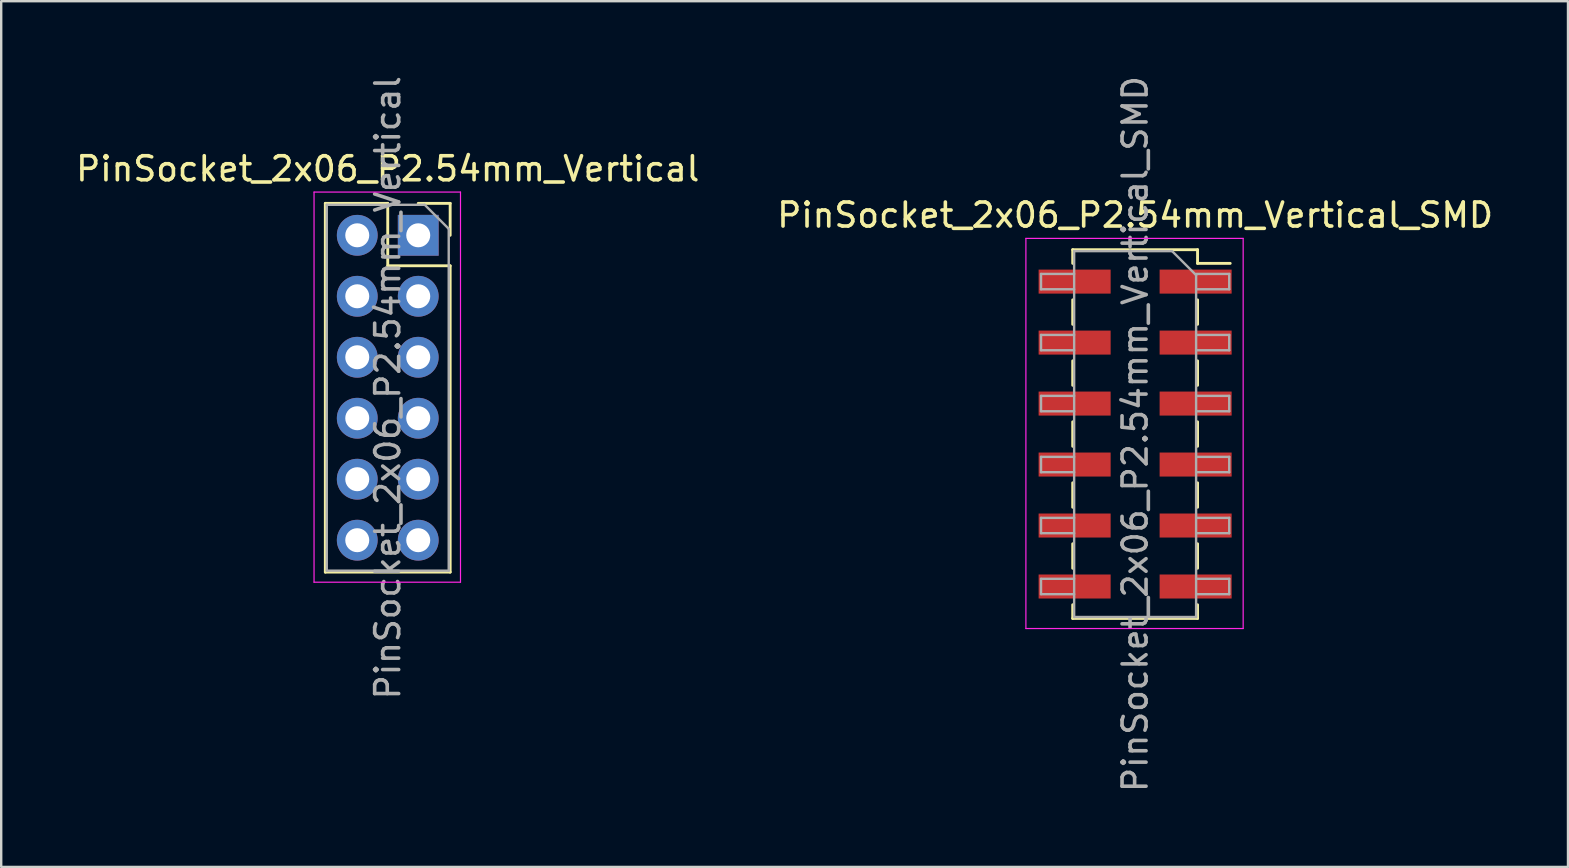
<source format=kicad_pcb>
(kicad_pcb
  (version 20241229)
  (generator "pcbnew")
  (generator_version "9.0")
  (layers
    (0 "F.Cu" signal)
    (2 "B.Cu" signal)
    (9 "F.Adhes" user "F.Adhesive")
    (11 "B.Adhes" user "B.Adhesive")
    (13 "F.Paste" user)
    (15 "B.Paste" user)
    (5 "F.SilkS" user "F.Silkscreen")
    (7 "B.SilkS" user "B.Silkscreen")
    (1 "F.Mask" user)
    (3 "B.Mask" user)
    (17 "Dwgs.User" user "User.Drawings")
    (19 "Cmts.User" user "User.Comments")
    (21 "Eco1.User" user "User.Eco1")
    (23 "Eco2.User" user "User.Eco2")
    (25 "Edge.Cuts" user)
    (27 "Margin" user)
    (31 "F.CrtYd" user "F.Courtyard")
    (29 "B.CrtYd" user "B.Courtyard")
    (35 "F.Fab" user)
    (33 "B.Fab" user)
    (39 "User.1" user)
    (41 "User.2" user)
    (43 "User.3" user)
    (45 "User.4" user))
  (footprint "PinSocket_2x06_P2.54mm_Vertical"
    (layer "F.Cu")
    (at 14.371 6.751)
    (property "Reference" "PinSocket_2x06_P2.54mm_Vertical" (at -1.27 -2.77 0) (layer "F.SilkS") (effects (font (size 1 1) (thickness 0.15))))
    (attr through_hole)
    (fp_line (start -3.87 -1.33) (end -3.87 14.03) (stroke (width 0.12) (type solid)) (layer "F.SilkS"))
    (fp_line (start -3.87 -1.33) (end -1.27 -1.33) (stroke (width 0.12) (type solid)) (layer "F.SilkS"))
    (fp_line (start -3.87 14.03) (end 1.33 14.03) (stroke (width 0.12) (type solid)) (layer "F.SilkS"))
    (fp_line (start -1.27 -1.33) (end -1.27 1.27) (stroke (width 0.12) (type solid)) (layer "F.SilkS"))
    (fp_line (start -1.27 1.27) (end 1.33 1.27) (stroke (width 0.12) (type solid)) (layer "F.SilkS"))
    (fp_line (start 0 -1.33) (end 1.33 -1.33) (stroke (width 0.12) (type solid)) (layer "F.SilkS"))
    (fp_line (start 1.33 -1.33) (end 1.33 0) (stroke (width 0.12) (type solid)) (layer "F.SilkS"))
    (fp_line (start 1.33 1.27) (end 1.33 14.03) (stroke (width 0.12) (type solid)) (layer "F.SilkS"))
    (fp_line (start -4.34 -1.8) (end 1.76 -1.8) (stroke (width 0.05) (type solid)) (layer "F.CrtYd"))
    (fp_line (start -4.34 14.45) (end -4.34 -1.8) (stroke (width 0.05) (type solid)) (layer "F.CrtYd"))
    (fp_line (start 1.76 -1.8) (end 1.76 14.45) (stroke (width 0.05) (type solid)) (layer "F.CrtYd"))
    (fp_line (start 1.76 14.45) (end -4.34 14.45) (stroke (width 0.05) (type solid)) (layer "F.CrtYd"))
    (fp_line (start -3.81 -1.27) (end 0.27 -1.27) (stroke (width 0.1) (type solid)) (layer "F.Fab"))
    (fp_line (start -3.81 13.97) (end -3.81 -1.27) (stroke (width 0.1) (type solid)) (layer "F.Fab"))
    (fp_line (start 0.27 -1.27) (end 1.27 -0.27) (stroke (width 0.1) (type solid)) (layer "F.Fab"))
    (fp_line (start 1.27 -0.27) (end 1.27 13.97) (stroke (width 0.1) (type solid)) (layer "F.Fab"))
    (fp_line (start 1.27 13.97) (end -3.81 13.97) (stroke (width 0.1) (type solid)) (layer "F.Fab"))
    (fp_text user "${REFERENCE}" (at -1.27 6.35 90) (layer "F.Fab") (effects (font (size 1 1) (thickness 0.15))))
    (pad "1" thru_hole rect (at 0 0) (size 1.7 1.7) (drill 1) (layers "*.Cu" "*.Mask"))
    (pad "2" thru_hole oval (at -2.54 0) (size 1.7 1.7) (drill 1) (layers "*.Cu" "*.Mask"))
    (pad "3" thru_hole oval (at 0 2.54) (size 1.7 1.7) (drill 1) (layers "*.Cu" "*.Mask"))
    (pad "4" thru_hole oval (at -2.54 2.54) (size 1.7 1.7) (drill 1) (layers "*.Cu" "*.Mask"))
    (pad "5" thru_hole oval (at 0 5.08) (size 1.7 1.7) (drill 1) (layers "*.Cu" "*.Mask"))
    (pad "6" thru_hole oval (at -2.54 5.08) (size 1.7 1.7) (drill 1) (layers "*.Cu" "*.Mask"))
    (pad "7" thru_hole oval (at 0 7.62) (size 1.7 1.7) (drill 1) (layers "*.Cu" "*.Mask"))
    (pad "8" thru_hole oval (at -2.54 7.62) (size 1.7 1.7) (drill 1) (layers "*.Cu" "*.Mask"))
    (pad "9" thru_hole oval (at 0 10.16) (size 1.7 1.7) (drill 1) (layers "*.Cu" "*.Mask"))
    (pad "10" thru_hole oval (at -2.54 10.16) (size 1.7 1.7) (drill 1) (layers "*.Cu" "*.Mask"))
    (pad "11" thru_hole oval (at 0 12.7) (size 1.7 1.7) (drill 1) (layers "*.Cu" "*.Mask"))
    (pad "12" thru_hole oval (at -2.54 12.7) (size 1.7 1.7) (drill 1) (layers "*.Cu" "*.Mask")))
  (footprint "PinSocket_2x06_P2.54mm_Vertical_SMD"
    (layer "F.Cu")
    (at 44.232 15.03)
    (property "Reference" "PinSocket_2x06_P2.54mm_Vertical_SMD" (at 0 -9.12 0) (layer "F.SilkS") (effects (font (size 1 1) (thickness 0.15))))
    (attr smd)
    (fp_line (start -2.6 -7.68) (end -2.6 -7.11) (stroke (width 0.12) (type solid)) (layer "F.SilkS"))
    (fp_line (start -2.6 -7.68) (end 2.6 -7.68) (stroke (width 0.12) (type solid)) (layer "F.SilkS"))
    (fp_line (start -2.6 -5.59) (end -2.6 -4.57) (stroke (width 0.12) (type solid)) (layer "F.SilkS"))
    (fp_line (start -2.6 -3.05) (end -2.6 -2.03) (stroke (width 0.12) (type solid)) (layer "F.SilkS"))
    (fp_line (start -2.6 -0.51) (end -2.6 0.51) (stroke (width 0.12) (type solid)) (layer "F.SilkS"))
    (fp_line (start -2.6 2.03) (end -2.6 3.05) (stroke (width 0.12) (type solid)) (layer "F.SilkS"))
    (fp_line (start -2.6 4.57) (end -2.6 5.59) (stroke (width 0.12) (type solid)) (layer "F.SilkS"))
    (fp_line (start -2.6 7.11) (end -2.6 7.68) (stroke (width 0.12) (type solid)) (layer "F.SilkS"))
    (fp_line (start -2.6 7.68) (end 2.6 7.68) (stroke (width 0.12) (type solid)) (layer "F.SilkS"))
    (fp_line (start 2.6 -7.68) (end 2.6 -7.11) (stroke (width 0.12) (type solid)) (layer "F.SilkS"))
    (fp_line (start 2.6 -7.11) (end 3.96 -7.11) (stroke (width 0.12) (type solid)) (layer "F.SilkS"))
    (fp_line (start 2.6 -5.59) (end 2.6 -4.57) (stroke (width 0.12) (type solid)) (layer "F.SilkS"))
    (fp_line (start 2.6 -3.05) (end 2.6 -2.03) (stroke (width 0.12) (type solid)) (layer "F.SilkS"))
    (fp_line (start 2.6 -0.51) (end 2.6 0.51) (stroke (width 0.12) (type solid)) (layer "F.SilkS"))
    (fp_line (start 2.6 2.03) (end 2.6 3.05) (stroke (width 0.12) (type solid)) (layer "F.SilkS"))
    (fp_line (start 2.6 4.57) (end 2.6 5.59) (stroke (width 0.12) (type solid)) (layer "F.SilkS"))
    (fp_line (start 2.6 7.11) (end 2.6 7.68) (stroke (width 0.12) (type solid)) (layer "F.SilkS"))
    (fp_line (start -4.55 -8.15) (end 4.5 -8.15) (stroke (width 0.05) (type solid)) (layer "F.CrtYd"))
    (fp_line (start -4.55 8.1) (end -4.55 -8.15) (stroke (width 0.05) (type solid)) (layer "F.CrtYd"))
    (fp_line (start 4.5 -8.15) (end 4.5 8.1) (stroke (width 0.05) (type solid)) (layer "F.CrtYd"))
    (fp_line (start 4.5 8.1) (end -4.55 8.1) (stroke (width 0.05) (type solid)) (layer "F.CrtYd"))
    (fp_line (start -3.92 -6.67) (end -2.54 -6.67) (stroke (width 0.1) (type solid)) (layer "F.Fab"))
    (fp_line (start -3.92 -6.03) (end -3.92 -6.67) (stroke (width 0.1) (type solid)) (layer "F.Fab"))
    (fp_line (start -3.92 -4.13) (end -2.54 -4.13) (stroke (width 0.1) (type solid)) (layer "F.Fab"))
    (fp_line (start -3.92 -3.49) (end -3.92 -4.13) (stroke (width 0.1) (type solid)) (layer "F.Fab"))
    (fp_line (start -3.92 -1.59) (end -2.54 -1.59) (stroke (width 0.1) (type solid)) (layer "F.Fab"))
    (fp_line (start -3.92 -0.95) (end -3.92 -1.59) (stroke (width 0.1) (type solid)) (layer "F.Fab"))
    (fp_line (start -3.92 0.95) (end -2.54 0.95) (stroke (width 0.1) (type solid)) (layer "F.Fab"))
    (fp_line (start -3.92 1.59) (end -3.92 0.95) (stroke (width 0.1) (type solid)) (layer "F.Fab"))
    (fp_line (start -3.92 3.49) (end -2.54 3.49) (stroke (width 0.1) (type solid)) (layer "F.Fab"))
    (fp_line (start -3.92 4.13) (end -3.92 3.49) (stroke (width 0.1) (type solid)) (layer "F.Fab"))
    (fp_line (start -3.92 6.03) (end -2.54 6.03) (stroke (width 0.1) (type solid)) (layer "F.Fab"))
    (fp_line (start -3.92 6.67) (end -3.92 6.03) (stroke (width 0.1) (type solid)) (layer "F.Fab"))
    (fp_line (start -2.54 -7.62) (end 1.54 -7.62) (stroke (width 0.1) (type solid)) (layer "F.Fab"))
    (fp_line (start -2.54 -6.03) (end -3.92 -6.03) (stroke (width 0.1) (type solid)) (layer "F.Fab"))
    (fp_line (start -2.54 -3.49) (end -3.92 -3.49) (stroke (width 0.1) (type solid)) (layer "F.Fab"))
    (fp_line (start -2.54 -0.95) (end -3.92 -0.95) (stroke (width 0.1) (type solid)) (layer "F.Fab"))
    (fp_line (start -2.54 1.59) (end -3.92 1.59) (stroke (width 0.1) (type solid)) (layer "F.Fab"))
    (fp_line (start -2.54 4.13) (end -3.92 4.13) (stroke (width 0.1) (type solid)) (layer "F.Fab"))
    (fp_line (start -2.54 6.67) (end -3.92 6.67) (stroke (width 0.1) (type solid)) (layer "F.Fab"))
    (fp_line (start -2.54 7.62) (end -2.54 -7.62) (stroke (width 0.1) (type solid)) (layer "F.Fab"))
    (fp_line (start 1.54 -7.62) (end 2.54 -6.62) (stroke (width 0.1) (type solid)) (layer "F.Fab"))
    (fp_line (start 2.54 -6.67) (end 3.92 -6.67) (stroke (width 0.1) (type solid)) (layer "F.Fab"))
    (fp_line (start 2.54 -6.62) (end 2.54 7.62) (stroke (width 0.1) (type solid)) (layer "F.Fab"))
    (fp_line (start 2.54 -4.13) (end 3.92 -4.13) (stroke (width 0.1) (type solid)) (layer "F.Fab"))
    (fp_line (start 2.54 -1.59) (end 3.92 -1.59) (stroke (width 0.1) (type solid)) (layer "F.Fab"))
    (fp_line (start 2.54 0.95) (end 3.92 0.95) (stroke (width 0.1) (type solid)) (layer "F.Fab"))
    (fp_line (start 2.54 3.49) (end 3.92 3.49) (stroke (width 0.1) (type solid)) (layer "F.Fab"))
    (fp_line (start 2.54 6.03) (end 3.92 6.03) (stroke (width 0.1) (type solid)) (layer "F.Fab"))
    (fp_line (start 2.54 7.62) (end -2.54 7.62) (stroke (width 0.1) (type solid)) (layer "F.Fab"))
    (fp_line (start 3.92 -6.67) (end 3.92 -6.03) (stroke (width 0.1) (type solid)) (layer "F.Fab"))
    (fp_line (start 3.92 -6.03) (end 2.54 -6.03) (stroke (width 0.1) (type solid)) (layer "F.Fab"))
    (fp_line (start 3.92 -4.13) (end 3.92 -3.49) (stroke (width 0.1) (type solid)) (layer "F.Fab"))
    (fp_line (start 3.92 -3.49) (end 2.54 -3.49) (stroke (width 0.1) (type solid)) (layer "F.Fab"))
    (fp_line (start 3.92 -1.59) (end 3.92 -0.95) (stroke (width 0.1) (type solid)) (layer "F.Fab"))
    (fp_line (start 3.92 -0.95) (end 2.54 -0.95) (stroke (width 0.1) (type solid)) (layer "F.Fab"))
    (fp_line (start 3.92 0.95) (end 3.92 1.59) (stroke (width 0.1) (type solid)) (layer "F.Fab"))
    (fp_line (start 3.92 1.59) (end 2.54 1.59) (stroke (width 0.1) (type solid)) (layer "F.Fab"))
    (fp_line (start 3.92 3.49) (end 3.92 4.13) (stroke (width 0.1) (type solid)) (layer "F.Fab"))
    (fp_line (start 3.92 4.13) (end 2.54 4.13) (stroke (width 0.1) (type solid)) (layer "F.Fab"))
    (fp_line (start 3.92 6.03) (end 3.92 6.67) (stroke (width 0.1) (type solid)) (layer "F.Fab"))
    (fp_line (start 3.92 6.67) (end 2.54 6.67) (stroke (width 0.1) (type solid)) (layer "F.Fab"))
    (fp_text user "${REFERENCE}" (at 0 0 90) (layer "F.Fab") (effects (font (size 1 1) (thickness 0.15))))
    (pad "1" smd rect (at 2.52 -6.35) (size 3 1) (layers "F.Cu" "F.Mask" "F.Paste"))
    (pad "2" smd rect (at -2.52 -6.35) (size 3 1) (layers "F.Cu" "F.Mask" "F.Paste"))
    (pad "3" smd rect (at 2.52 -3.81) (size 3 1) (layers "F.Cu" "F.Mask" "F.Paste"))
    (pad "4" smd rect (at -2.52 -3.81) (size 3 1) (layers "F.Cu" "F.Mask" "F.Paste"))
    (pad "5" smd rect (at 2.52 -1.27) (size 3 1) (layers "F.Cu" "F.Mask" "F.Paste"))
    (pad "6" smd rect (at -2.52 -1.27) (size 3 1) (layers "F.Cu" "F.Mask" "F.Paste"))
    (pad "7" smd rect (at 2.52 1.27) (size 3 1) (layers "F.Cu" "F.Mask" "F.Paste"))
    (pad "8" smd rect (at -2.52 1.27) (size 3 1) (layers "F.Cu" "F.Mask" "F.Paste"))
    (pad "9" smd rect (at 2.52 3.81) (size 3 1) (layers "F.Cu" "F.Mask" "F.Paste"))
    (pad "10" smd rect (at -2.52 3.81) (size 3 1) (layers "F.Cu" "F.Mask" "F.Paste"))
    (pad "11" smd rect (at 2.52 6.35) (size 3 1) (layers "F.Cu" "F.Mask" "F.Paste"))
    (pad "12" smd rect (at -2.52 6.35) (size 3 1) (layers "F.Cu" "F.Mask" "F.Paste")))
  (gr_rect
    (start -3 -3)
    (end 62.262 33.06)
    (stroke (width 0.1) (type default))
    (fill no)
    (layer "Edge.Cuts")))
</source>
